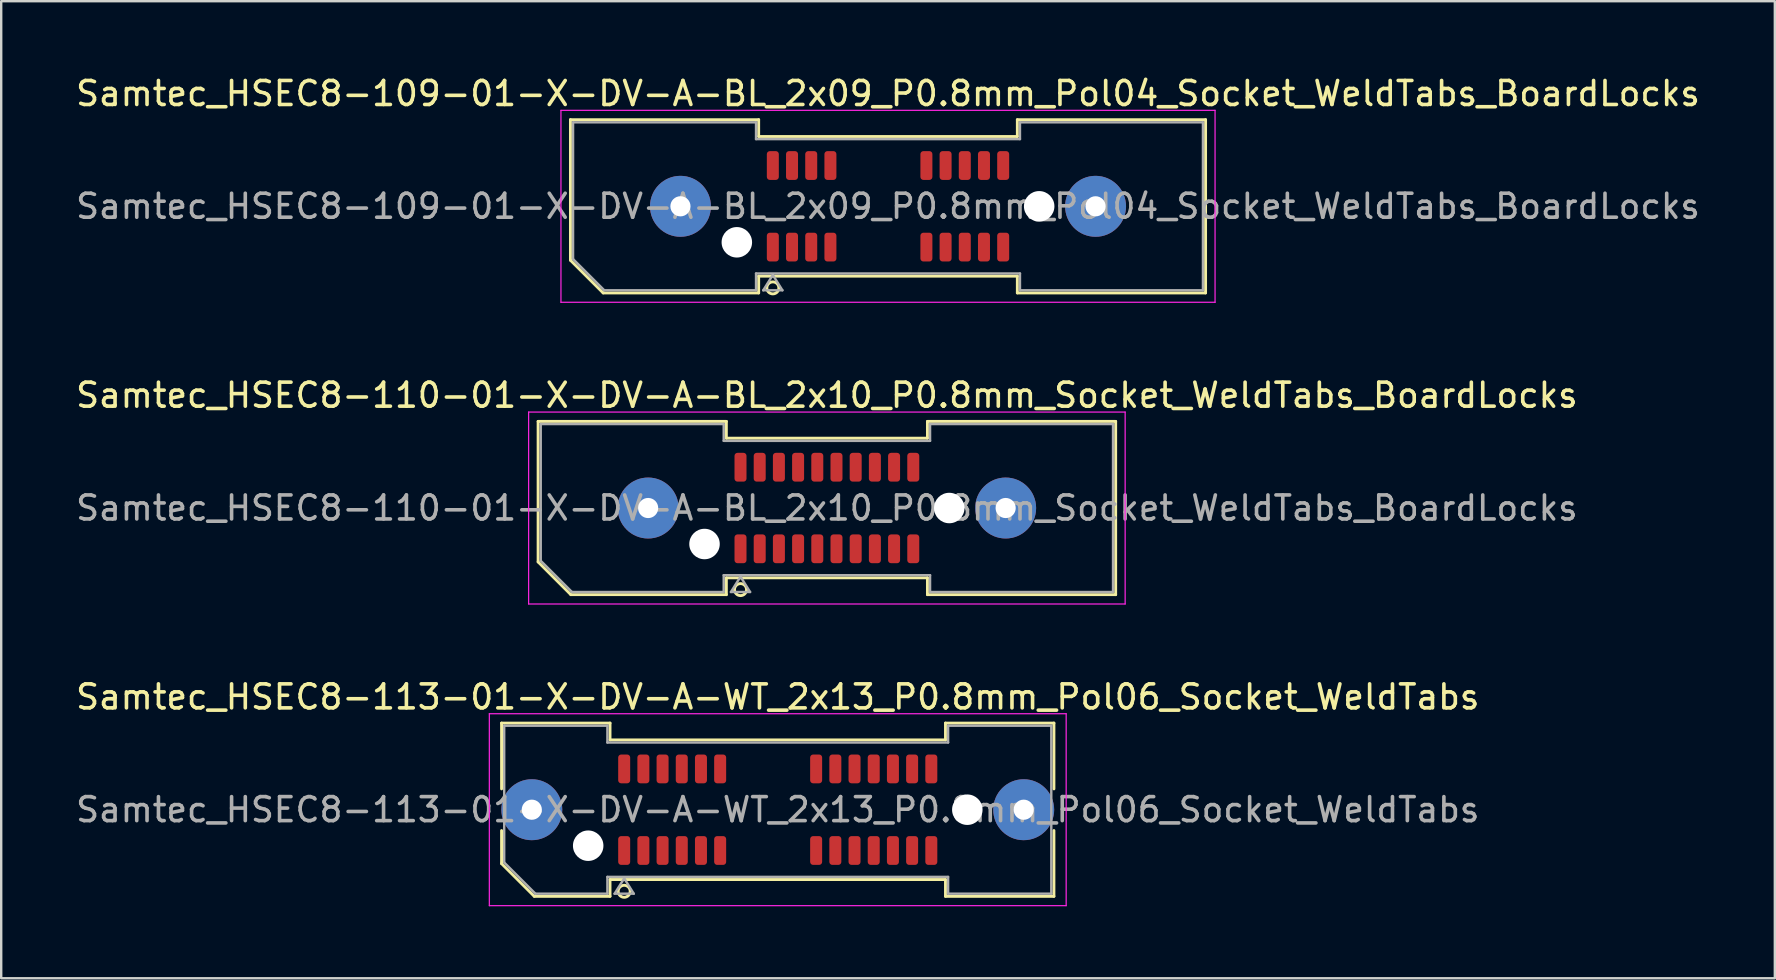
<source format=kicad_pcb>
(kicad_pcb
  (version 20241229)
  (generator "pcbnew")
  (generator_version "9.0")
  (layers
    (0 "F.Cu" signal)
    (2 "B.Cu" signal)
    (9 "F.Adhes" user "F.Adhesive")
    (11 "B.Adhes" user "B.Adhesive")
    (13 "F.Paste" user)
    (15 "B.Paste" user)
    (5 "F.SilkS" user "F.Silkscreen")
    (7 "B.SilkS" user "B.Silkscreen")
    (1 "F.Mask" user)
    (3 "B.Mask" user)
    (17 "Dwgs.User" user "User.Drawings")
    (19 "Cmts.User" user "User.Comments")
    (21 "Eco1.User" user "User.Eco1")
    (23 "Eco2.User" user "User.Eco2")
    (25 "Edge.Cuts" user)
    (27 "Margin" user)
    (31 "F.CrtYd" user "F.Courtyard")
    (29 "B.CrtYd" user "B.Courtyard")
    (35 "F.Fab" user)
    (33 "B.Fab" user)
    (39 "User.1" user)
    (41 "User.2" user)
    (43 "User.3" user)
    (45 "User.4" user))
  (footprint "Samtec_HSEC8-110-01-X-DV-A-BL_2x10_P0.8mm_Socket_WeldTabs_BoardLocks"
    (layer "F.Cu")
    (at 31.411 18.122)
    (property "Reference" "Samtec_HSEC8-110-01-X-DV-A-BL_2x10_P0.8mm_Socket_WeldTabs_BoardLocks" (at 0 -4.7 0) (layer "F.SilkS") (effects (font (size 1 1) (thickness 0.15))))
    (attr smd)
    (fp_line (start -12.035 -3.61) (end -4.19 -3.61) (stroke (width 0.12) (type solid)) (layer "F.SilkS"))
    (fp_line (start -12.035 2.246) (end -12.035 -3.61) (stroke (width 0.12) (type solid)) (layer "F.SilkS"))
    (fp_line (start -10.671 3.61) (end -12.035 2.246) (stroke (width 0.12) (type solid)) (layer "F.SilkS"))
    (fp_line (start -4.19 -3.61) (end -4.19 -2.91) (stroke (width 0.12) (type solid)) (layer "F.SilkS"))
    (fp_line (start -4.19 -2.91) (end 4.19 -2.91) (stroke (width 0.12) (type solid)) (layer "F.SilkS"))
    (fp_line (start -4.19 2.91) (end -4.19 3.61) (stroke (width 0.12) (type solid)) (layer "F.SilkS"))
    (fp_line (start -4.19 3.61) (end -10.671 3.61) (stroke (width 0.12) (type solid)) (layer "F.SilkS"))
    (fp_line (start 4.19 -3.61) (end 12.035 -3.61) (stroke (width 0.12) (type solid)) (layer "F.SilkS"))
    (fp_line (start 4.19 -2.91) (end 4.19 -3.61) (stroke (width 0.12) (type solid)) (layer "F.SilkS"))
    (fp_line (start 4.19 2.91) (end -4.19 2.91) (stroke (width 0.12) (type solid)) (layer "F.SilkS"))
    (fp_line (start 4.19 3.61) (end 4.19 2.91) (stroke (width 0.12) (type solid)) (layer "F.SilkS"))
    (fp_line (start 12.035 -3.61) (end 12.035 3.61) (stroke (width 0.12) (type solid)) (layer "F.SilkS"))
    (fp_line (start 12.035 3.61) (end 4.19 3.61) (stroke (width 0.12) (type solid)) (layer "F.SilkS"))
    (fp_circle (center -3.6 3.4) (end -3.35 3.4) (stroke (width 0.12) (type solid)) (fill no) (layer "F.SilkS"))
    (fp_line (start -12.43 -4) (end -12.43 4) (stroke (width 0.05) (type solid)) (layer "F.CrtYd"))
    (fp_line (start -12.43 4) (end 12.43 4) (stroke (width 0.05) (type solid)) (layer "F.CrtYd"))
    (fp_line (start 12.43 -4) (end -12.43 -4) (stroke (width 0.05) (type solid)) (layer "F.CrtYd"))
    (fp_line (start 12.43 4) (end 12.43 -4) (stroke (width 0.05) (type solid)) (layer "F.CrtYd"))
    (fp_line (start -11.925 -3.5) (end -4.3 -3.5) (stroke (width 0.1) (type solid)) (layer "F.Fab"))
    (fp_line (start -11.925 2.2) (end -11.925 -3.5) (stroke (width 0.1) (type solid)) (layer "F.Fab"))
    (fp_line (start -10.625 3.5) (end -11.925 2.2) (stroke (width 0.1) (type solid)) (layer "F.Fab"))
    (fp_line (start -4.3 -3.5) (end -4.3 -2.8) (stroke (width 0.1) (type solid)) (layer "F.Fab"))
    (fp_line (start -4.3 -2.8) (end 4.3 -2.8) (stroke (width 0.1) (type solid)) (layer "F.Fab"))
    (fp_line (start -4.3 2.8) (end -4.3 3.5) (stroke (width 0.1) (type solid)) (layer "F.Fab"))
    (fp_line (start -4.3 3.5) (end -10.625 3.5) (stroke (width 0.1) (type solid)) (layer "F.Fab"))
    (fp_line (start -4 3.5) (end -3.6 2.86) (stroke (width 0.1) (type solid)) (layer "F.Fab"))
    (fp_line (start -3.6 2.86) (end -3.2 3.5) (stroke (width 0.1) (type solid)) (layer "F.Fab"))
    (fp_line (start -3.2 3.5) (end -4 3.5) (stroke (width 0.1) (type solid)) (layer "F.Fab"))
    (fp_line (start 4.3 -3.5) (end 11.925 -3.5) (stroke (width 0.1) (type solid)) (layer "F.Fab"))
    (fp_line (start 4.3 -2.8) (end 4.3 -3.5) (stroke (width 0.1) (type solid)) (layer "F.Fab"))
    (fp_line (start 4.3 2.8) (end -4.3 2.8) (stroke (width 0.1) (type solid)) (layer "F.Fab"))
    (fp_line (start 4.3 3.5) (end 4.3 2.8) (stroke (width 0.1) (type solid)) (layer "F.Fab"))
    (fp_line (start 11.925 -3.5) (end 11.925 3.5) (stroke (width 0.1) (type solid)) (layer "F.Fab"))
    (fp_line (start 11.925 3.5) (end 4.3 3.5) (stroke (width 0.1) (type solid)) (layer "F.Fab"))
    (fp_text user "${REFERENCE}" (at 0 0 0) (layer "F.Fab") (effects (font (size 1 1) (thickness 0.15))))
    (pad "" thru_hole circle (at -7.45 0) (size 2.54 2.54) (drill 0.84) (layers "*.Cu" "*.Mask" "F.Paste"))
    (pad "" np_thru_hole circle (at -5.1 1.5) (size 1.27 1.27) (drill 1.27) (layers "*.Cu" "*.Mask"))
    (pad "" np_thru_hole circle (at 5.1 0) (size 1.27 1.27) (drill 1.27) (layers "*.Cu" "*.Mask"))
    (pad "" thru_hole circle (at 7.45 0) (size 2.54 2.54) (drill 0.84) (layers "*.Cu" "*.Mask" "F.Paste"))
    (pad "1" smd roundrect (at -3.6 1.7) (size 0.5 1.2) (layers "F.Cu" "F.Mask" "F.Paste") (roundrect_rratio 0.25))
    (pad "2" smd roundrect (at -3.6 -1.7) (size 0.5 1.2) (layers "F.Cu" "F.Mask" "F.Paste") (roundrect_rratio 0.25))
    (pad "3" smd roundrect (at -2.8 1.7) (size 0.5 1.2) (layers "F.Cu" "F.Mask" "F.Paste") (roundrect_rratio 0.25))
    (pad "4" smd roundrect (at -2.8 -1.7) (size 0.5 1.2) (layers "F.Cu" "F.Mask" "F.Paste") (roundrect_rratio 0.25))
    (pad "5" smd roundrect (at -2 1.7) (size 0.5 1.2) (layers "F.Cu" "F.Mask" "F.Paste") (roundrect_rratio 0.25))
    (pad "6" smd roundrect (at -2 -1.7) (size 0.5 1.2) (layers "F.Cu" "F.Mask" "F.Paste") (roundrect_rratio 0.25))
    (pad "7" smd roundrect (at -1.2 1.7) (size 0.5 1.2) (layers "F.Cu" "F.Mask" "F.Paste") (roundrect_rratio 0.25))
    (pad "8" smd roundrect (at -1.2 -1.7) (size 0.5 1.2) (layers "F.Cu" "F.Mask" "F.Paste") (roundrect_rratio 0.25))
    (pad "9" smd roundrect (at -0.4 1.7) (size 0.5 1.2) (layers "F.Cu" "F.Mask" "F.Paste") (roundrect_rratio 0.25))
    (pad "10" smd roundrect (at -0.4 -1.7) (size 0.5 1.2) (layers "F.Cu" "F.Mask" "F.Paste") (roundrect_rratio 0.25))
    (pad "11" smd roundrect (at 0.4 1.7) (size 0.5 1.2) (layers "F.Cu" "F.Mask" "F.Paste") (roundrect_rratio 0.25))
    (pad "12" smd roundrect (at 0.4 -1.7) (size 0.5 1.2) (layers "F.Cu" "F.Mask" "F.Paste") (roundrect_rratio 0.25))
    (pad "13" smd roundrect (at 1.2 1.7) (size 0.5 1.2) (layers "F.Cu" "F.Mask" "F.Paste") (roundrect_rratio 0.25))
    (pad "14" smd roundrect (at 1.2 -1.7) (size 0.5 1.2) (layers "F.Cu" "F.Mask" "F.Paste") (roundrect_rratio 0.25))
    (pad "15" smd roundrect (at 2 1.7) (size 0.5 1.2) (layers "F.Cu" "F.Mask" "F.Paste") (roundrect_rratio 0.25))
    (pad "16" smd roundrect (at 2 -1.7) (size 0.5 1.2) (layers "F.Cu" "F.Mask" "F.Paste") (roundrect_rratio 0.25))
    (pad "17" smd roundrect (at 2.8 1.7) (size 0.5 1.2) (layers "F.Cu" "F.Mask" "F.Paste") (roundrect_rratio 0.25))
    (pad "18" smd roundrect (at 2.8 -1.7) (size 0.5 1.2) (layers "F.Cu" "F.Mask" "F.Paste") (roundrect_rratio 0.25))
    (pad "19" smd roundrect (at 3.6 1.7) (size 0.5 1.2) (layers "F.Cu" "F.Mask" "F.Paste") (roundrect_rratio 0.25))
    (pad "20" smd roundrect (at 3.6 -1.7) (size 0.5 1.2) (layers "F.Cu" "F.Mask" "F.Paste") (roundrect_rratio 0.25)))
  (footprint "Samtec_HSEC8-109-01-X-DV-A-BL_2x09_P0.8mm_Pol04_Socket_WeldTabs_BoardLocks"
    (layer "F.Cu")
    (at 33.958 5.548)
    (property "Reference" "Samtec_HSEC8-109-01-X-DV-A-BL_2x09_P0.8mm_Pol04_Socket_WeldTabs_BoardLocks" (at 0 -4.7 0) (layer "F.SilkS") (effects (font (size 1 1) (thickness 0.15))))
    (attr smd)
    (fp_line (start -13.235 -3.61) (end -5.39 -3.61) (stroke (width 0.12) (type solid)) (layer "F.SilkS"))
    (fp_line (start -13.235 2.246) (end -13.235 -3.61) (stroke (width 0.12) (type solid)) (layer "F.SilkS"))
    (fp_line (start -11.871 3.61) (end -13.235 2.246) (stroke (width 0.12) (type solid)) (layer "F.SilkS"))
    (fp_line (start -5.39 -3.61) (end -5.39 -2.91) (stroke (width 0.12) (type solid)) (layer "F.SilkS"))
    (fp_line (start -5.39 -2.91) (end 5.39 -2.91) (stroke (width 0.12) (type solid)) (layer "F.SilkS"))
    (fp_line (start -5.39 2.91) (end -5.39 3.61) (stroke (width 0.12) (type solid)) (layer "F.SilkS"))
    (fp_line (start -5.39 3.61) (end -11.871 3.61) (stroke (width 0.12) (type solid)) (layer "F.SilkS"))
    (fp_line (start 5.39 -3.61) (end 13.235 -3.61) (stroke (width 0.12) (type solid)) (layer "F.SilkS"))
    (fp_line (start 5.39 -2.91) (end 5.39 -3.61) (stroke (width 0.12) (type solid)) (layer "F.SilkS"))
    (fp_line (start 5.39 2.91) (end -5.39 2.91) (stroke (width 0.12) (type solid)) (layer "F.SilkS"))
    (fp_line (start 5.39 3.61) (end 5.39 2.91) (stroke (width 0.12) (type solid)) (layer "F.SilkS"))
    (fp_line (start 13.235 -3.61) (end 13.235 3.61) (stroke (width 0.12) (type solid)) (layer "F.SilkS"))
    (fp_line (start 13.235 3.61) (end 5.39 3.61) (stroke (width 0.12) (type solid)) (layer "F.SilkS"))
    (fp_circle (center -4.8 3.4) (end -4.55 3.4) (stroke (width 0.12) (type solid)) (fill no) (layer "F.SilkS"))
    (fp_line (start -13.63 -4) (end -13.63 4) (stroke (width 0.05) (type solid)) (layer "F.CrtYd"))
    (fp_line (start -13.63 4) (end 13.63 4) (stroke (width 0.05) (type solid)) (layer "F.CrtYd"))
    (fp_line (start 13.63 -4) (end -13.63 -4) (stroke (width 0.05) (type solid)) (layer "F.CrtYd"))
    (fp_line (start 13.63 4) (end 13.63 -4) (stroke (width 0.05) (type solid)) (layer "F.CrtYd"))
    (fp_line (start -13.125 -3.5) (end -5.5 -3.5) (stroke (width 0.1) (type solid)) (layer "F.Fab"))
    (fp_line (start -13.125 2.2) (end -13.125 -3.5) (stroke (width 0.1) (type solid)) (layer "F.Fab"))
    (fp_line (start -11.825 3.5) (end -13.125 2.2) (stroke (width 0.1) (type solid)) (layer "F.Fab"))
    (fp_line (start -5.5 -3.5) (end -5.5 -2.8) (stroke (width 0.1) (type solid)) (layer "F.Fab"))
    (fp_line (start -5.5 -2.8) (end 5.5 -2.8) (stroke (width 0.1) (type solid)) (layer "F.Fab"))
    (fp_line (start -5.5 2.8) (end -5.5 3.5) (stroke (width 0.1) (type solid)) (layer "F.Fab"))
    (fp_line (start -5.5 3.5) (end -11.825 3.5) (stroke (width 0.1) (type solid)) (layer "F.Fab"))
    (fp_line (start -5.2 3.5) (end -4.8 2.86) (stroke (width 0.1) (type solid)) (layer "F.Fab"))
    (fp_line (start -4.8 2.86) (end -4.4 3.5) (stroke (width 0.1) (type solid)) (layer "F.Fab"))
    (fp_line (start -4.4 3.5) (end -5.2 3.5) (stroke (width 0.1) (type solid)) (layer "F.Fab"))
    (fp_line (start 5.5 -3.5) (end 13.125 -3.5) (stroke (width 0.1) (type solid)) (layer "F.Fab"))
    (fp_line (start 5.5 -2.8) (end 5.5 -3.5) (stroke (width 0.1) (type solid)) (layer "F.Fab"))
    (fp_line (start 5.5 2.8) (end -5.5 2.8) (stroke (width 0.1) (type solid)) (layer "F.Fab"))
    (fp_line (start 5.5 3.5) (end 5.5 2.8) (stroke (width 0.1) (type solid)) (layer "F.Fab"))
    (fp_line (start 13.125 -3.5) (end 13.125 3.5) (stroke (width 0.1) (type solid)) (layer "F.Fab"))
    (fp_line (start 13.125 3.5) (end 5.5 3.5) (stroke (width 0.1) (type solid)) (layer "F.Fab"))
    (fp_text user "${REFERENCE}" (at 0 0 0) (layer "F.Fab") (effects (font (size 1 1) (thickness 0.15))))
    (pad "" thru_hole circle (at -8.65 0) (size 2.54 2.54) (drill 0.84) (layers "*.Cu" "*.Mask" "F.Paste"))
    (pad "" np_thru_hole circle (at -6.3 1.5) (size 1.27 1.27) (drill 1.27) (layers "*.Cu" "*.Mask"))
    (pad "" np_thru_hole circle (at 6.3 0) (size 1.27 1.27) (drill 1.27) (layers "*.Cu" "*.Mask"))
    (pad "" thru_hole circle (at 8.65 0) (size 2.54 2.54) (drill 0.84) (layers "*.Cu" "*.Mask" "F.Paste"))
    (pad "1" smd roundrect (at -4.8 1.7) (size 0.5 1.2) (layers "F.Cu" "F.Mask" "F.Paste") (roundrect_rratio 0.25))
    (pad "2" smd roundrect (at -4.8 -1.7) (size 0.5 1.2) (layers "F.Cu" "F.Mask" "F.Paste") (roundrect_rratio 0.25))
    (pad "3" smd roundrect (at -4 1.7) (size 0.5 1.2) (layers "F.Cu" "F.Mask" "F.Paste") (roundrect_rratio 0.25))
    (pad "4" smd roundrect (at -4 -1.7) (size 0.5 1.2) (layers "F.Cu" "F.Mask" "F.Paste") (roundrect_rratio 0.25))
    (pad "5" smd roundrect (at -3.2 1.7) (size 0.5 1.2) (layers "F.Cu" "F.Mask" "F.Paste") (roundrect_rratio 0.25))
    (pad "6" smd roundrect (at -3.2 -1.7) (size 0.5 1.2) (layers "F.Cu" "F.Mask" "F.Paste") (roundrect_rratio 0.25))
    (pad "7" smd roundrect (at -2.4 1.7) (size 0.5 1.2) (layers "F.Cu" "F.Mask" "F.Paste") (roundrect_rratio 0.25))
    (pad "8" smd roundrect (at -2.4 -1.7) (size 0.5 1.2) (layers "F.Cu" "F.Mask" "F.Paste") (roundrect_rratio 0.25))
    (pad "9" smd roundrect (at 1.6 1.7) (size 0.5 1.2) (layers "F.Cu" "F.Mask" "F.Paste") (roundrect_rratio 0.25))
    (pad "10" smd roundrect (at 1.6 -1.7) (size 0.5 1.2) (layers "F.Cu" "F.Mask" "F.Paste") (roundrect_rratio 0.25))
    (pad "11" smd roundrect (at 2.4 1.7) (size 0.5 1.2) (layers "F.Cu" "F.Mask" "F.Paste") (roundrect_rratio 0.25))
    (pad "12" smd roundrect (at 2.4 -1.7) (size 0.5 1.2) (layers "F.Cu" "F.Mask" "F.Paste") (roundrect_rratio 0.25))
    (pad "13" smd roundrect (at 3.2 1.7) (size 0.5 1.2) (layers "F.Cu" "F.Mask" "F.Paste") (roundrect_rratio 0.25))
    (pad "14" smd roundrect (at 3.2 -1.7) (size 0.5 1.2) (layers "F.Cu" "F.Mask" "F.Paste") (roundrect_rratio 0.25))
    (pad "15" smd roundrect (at 4 1.7) (size 0.5 1.2) (layers "F.Cu" "F.Mask" "F.Paste") (roundrect_rratio 0.25))
    (pad "16" smd roundrect (at 4 -1.7) (size 0.5 1.2) (layers "F.Cu" "F.Mask" "F.Paste") (roundrect_rratio 0.25))
    (pad "17" smd roundrect (at 4.8 1.7) (size 0.5 1.2) (layers "F.Cu" "F.Mask" "F.Paste") (roundrect_rratio 0.25))
    (pad "18" smd roundrect (at 4.8 -1.7) (size 0.5 1.2) (layers "F.Cu" "F.Mask" "F.Paste") (roundrect_rratio 0.25)))
  (footprint "Samtec_HSEC8-113-01-X-DV-A-WT_2x13_P0.8mm_Pol06_Socket_WeldTabs"
    (layer "F.Cu")
    (at 29.363 30.695)
    (property "Reference" "Samtec_HSEC8-113-01-X-DV-A-WT_2x13_P0.8mm_Pol06_Socket_WeldTabs" (at 0 -4.7 0) (layer "F.SilkS") (effects (font (size 1 1) (thickness 0.15))))
    (attr smd)
    (fp_line (start -11.51 -3.61) (end -6.99 -3.61) (stroke (width 0.12) (type solid)) (layer "F.SilkS"))
    (fp_line (start -11.51 -0.868) (end -11.51 -3.61) (stroke (width 0.12) (type solid)) (layer "F.SilkS"))
    (fp_line (start -11.51 2.246) (end -11.51 0.868) (stroke (width 0.12) (type solid)) (layer "F.SilkS"))
    (fp_line (start -10.146 3.61) (end -11.51 2.246) (stroke (width 0.12) (type solid)) (layer "F.SilkS"))
    (fp_line (start -6.99 -3.61) (end -6.99 -2.91) (stroke (width 0.12) (type solid)) (layer "F.SilkS"))
    (fp_line (start -6.99 -2.91) (end 6.99 -2.91) (stroke (width 0.12) (type solid)) (layer "F.SilkS"))
    (fp_line (start -6.99 2.91) (end -6.99 3.61) (stroke (width 0.12) (type solid)) (layer "F.SilkS"))
    (fp_line (start -6.99 3.61) (end -10.146 3.61) (stroke (width 0.12) (type solid)) (layer "F.SilkS"))
    (fp_line (start 6.99 -3.61) (end 11.51 -3.61) (stroke (width 0.12) (type solid)) (layer "F.SilkS"))
    (fp_line (start 6.99 -2.91) (end 6.99 -3.61) (stroke (width 0.12) (type solid)) (layer "F.SilkS"))
    (fp_line (start 6.99 2.91) (end -6.99 2.91) (stroke (width 0.12) (type solid)) (layer "F.SilkS"))
    (fp_line (start 6.99 3.61) (end 6.99 2.91) (stroke (width 0.12) (type solid)) (layer "F.SilkS"))
    (fp_line (start 11.51 -3.61) (end 11.51 -0.868) (stroke (width 0.12) (type solid)) (layer "F.SilkS"))
    (fp_line (start 11.51 0.868) (end 11.51 3.61) (stroke (width 0.12) (type solid)) (layer "F.SilkS"))
    (fp_line (start 11.51 3.61) (end 6.99 3.61) (stroke (width 0.12) (type solid)) (layer "F.SilkS"))
    (fp_arc (start -6.15 3.4) (mid -6.65 3.4) (end -6.15 3.4) (stroke (width 0.12) (type solid)) (layer "F.SilkS"))
    (fp_line (start -12.02 -4) (end -12.02 4) (stroke (width 0.05) (type solid)) (layer "F.CrtYd"))
    (fp_line (start -12.02 4) (end 12.02 4) (stroke (width 0.05) (type solid)) (layer "F.CrtYd"))
    (fp_line (start 12.02 -4) (end -12.02 -4) (stroke (width 0.05) (type solid)) (layer "F.CrtYd"))
    (fp_line (start 12.02 4) (end 12.02 -4) (stroke (width 0.05) (type solid)) (layer "F.CrtYd"))
    (fp_line (start -11.4 -3.5) (end -7.1 -3.5) (stroke (width 0.1) (type solid)) (layer "F.Fab"))
    (fp_line (start -11.4 2.2) (end -11.4 -3.5) (stroke (width 0.1) (type solid)) (layer "F.Fab"))
    (fp_line (start -10.1 3.5) (end -11.4 2.2) (stroke (width 0.1) (type solid)) (layer "F.Fab"))
    (fp_line (start -7.1 -3.5) (end -7.1 -2.8) (stroke (width 0.1) (type solid)) (layer "F.Fab"))
    (fp_line (start -7.1 -2.8) (end 7.1 -2.8) (stroke (width 0.1) (type solid)) (layer "F.Fab"))
    (fp_line (start -7.1 2.8) (end -7.1 3.5) (stroke (width 0.1) (type solid)) (layer "F.Fab"))
    (fp_line (start -7.1 3.5) (end -10.1 3.5) (stroke (width 0.1) (type solid)) (layer "F.Fab"))
    (fp_line (start -6.8 3.5) (end -6.4 2.86) (stroke (width 0.1) (type solid)) (layer "F.Fab"))
    (fp_line (start -6.4 2.86) (end -6 3.5) (stroke (width 0.1) (type solid)) (layer "F.Fab"))
    (fp_line (start -6 3.5) (end -6.8 3.5) (stroke (width 0.1) (type solid)) (layer "F.Fab"))
    (fp_line (start 7.1 -3.5) (end 11.4 -3.5) (stroke (width 0.1) (type solid)) (layer "F.Fab"))
    (fp_line (start 7.1 -2.8) (end 7.1 -3.5) (stroke (width 0.1) (type solid)) (layer "F.Fab"))
    (fp_line (start 7.1 2.8) (end -7.1 2.8) (stroke (width 0.1) (type solid)) (layer "F.Fab"))
    (fp_line (start 7.1 3.5) (end 7.1 2.8) (stroke (width 0.1) (type solid)) (layer "F.Fab"))
    (fp_line (start 11.4 -3.5) (end 11.4 3.5) (stroke (width 0.1) (type solid)) (layer "F.Fab"))
    (fp_line (start 11.4 3.5) (end 7.1 3.5) (stroke (width 0.1) (type solid)) (layer "F.Fab"))
    (fp_text user "${REFERENCE}" (at 0 0 0) (layer "F.Fab") (effects (font (size 1 1) (thickness 0.15))))
    (pad "" thru_hole circle (at -10.25 0) (size 2.54 2.54) (drill 0.84) (layers "*.Cu" "*.Mask" "F.Paste"))
    (pad "" np_thru_hole circle (at -7.9 1.5) (size 1.27 1.27) (drill 1.27) (layers "*.Cu" "*.Mask"))
    (pad "" np_thru_hole circle (at 7.9 0) (size 1.27 1.27) (drill 1.27) (layers "*.Cu" "*.Mask"))
    (pad "" thru_hole circle (at 10.25 0) (size 2.54 2.54) (drill 0.84) (layers "*.Cu" "*.Mask" "F.Paste"))
    (pad "1" smd roundrect (at -6.4 1.7) (size 0.5 1.2) (layers "F.Cu" "F.Mask" "F.Paste") (roundrect_rratio 0.25))
    (pad "2" smd roundrect (at -6.4 -1.7) (size 0.5 1.2) (layers "F.Cu" "F.Mask" "F.Paste") (roundrect_rratio 0.25))
    (pad "3" smd roundrect (at -5.6 1.7) (size 0.5 1.2) (layers "F.Cu" "F.Mask" "F.Paste") (roundrect_rratio 0.25))
    (pad "4" smd roundrect (at -5.6 -1.7) (size 0.5 1.2) (layers "F.Cu" "F.Mask" "F.Paste") (roundrect_rratio 0.25))
    (pad "5" smd roundrect (at -4.8 1.7) (size 0.5 1.2) (layers "F.Cu" "F.Mask" "F.Paste") (roundrect_rratio 0.25))
    (pad "6" smd roundrect (at -4.8 -1.7) (size 0.5 1.2) (layers "F.Cu" "F.Mask" "F.Paste") (roundrect_rratio 0.25))
    (pad "7" smd roundrect (at -4 1.7) (size 0.5 1.2) (layers "F.Cu" "F.Mask" "F.Paste") (roundrect_rratio 0.25))
    (pad "8" smd roundrect (at -4 -1.7) (size 0.5 1.2) (layers "F.Cu" "F.Mask" "F.Paste") (roundrect_rratio 0.25))
    (pad "9" smd roundrect (at -3.2 1.7) (size 0.5 1.2) (layers "F.Cu" "F.Mask" "F.Paste") (roundrect_rratio 0.25))
    (pad "10" smd roundrect (at -3.2 -1.7) (size 0.5 1.2) (layers "F.Cu" "F.Mask" "F.Paste") (roundrect_rratio 0.25))
    (pad "11" smd roundrect (at -2.4 1.7) (size 0.5 1.2) (layers "F.Cu" "F.Mask" "F.Paste") (roundrect_rratio 0.25))
    (pad "12" smd roundrect (at -2.4 -1.7) (size 0.5 1.2) (layers "F.Cu" "F.Mask" "F.Paste") (roundrect_rratio 0.25))
    (pad "13" smd roundrect (at 1.6 1.7) (size 0.5 1.2) (layers "F.Cu" "F.Mask" "F.Paste") (roundrect_rratio 0.25))
    (pad "14" smd roundrect (at 1.6 -1.7) (size 0.5 1.2) (layers "F.Cu" "F.Mask" "F.Paste") (roundrect_rratio 0.25))
    (pad "15" smd roundrect (at 2.4 1.7) (size 0.5 1.2) (layers "F.Cu" "F.Mask" "F.Paste") (roundrect_rratio 0.25))
    (pad "16" smd roundrect (at 2.4 -1.7) (size 0.5 1.2) (layers "F.Cu" "F.Mask" "F.Paste") (roundrect_rratio 0.25))
    (pad "17" smd roundrect (at 3.2 1.7) (size 0.5 1.2) (layers "F.Cu" "F.Mask" "F.Paste") (roundrect_rratio 0.25))
    (pad "18" smd roundrect (at 3.2 -1.7) (size 0.5 1.2) (layers "F.Cu" "F.Mask" "F.Paste") (roundrect_rratio 0.25))
    (pad "19" smd roundrect (at 4 1.7) (size 0.5 1.2) (layers "F.Cu" "F.Mask" "F.Paste") (roundrect_rratio 0.25))
    (pad "20" smd roundrect (at 4 -1.7) (size 0.5 1.2) (layers "F.Cu" "F.Mask" "F.Paste") (roundrect_rratio 0.25))
    (pad "21" smd roundrect (at 4.8 1.7) (size 0.5 1.2) (layers "F.Cu" "F.Mask" "F.Paste") (roundrect_rratio 0.25))
    (pad "22" smd roundrect (at 4.8 -1.7) (size 0.5 1.2) (layers "F.Cu" "F.Mask" "F.Paste") (roundrect_rratio 0.25))
    (pad "23" smd roundrect (at 5.6 1.7) (size 0.5 1.2) (layers "F.Cu" "F.Mask" "F.Paste") (roundrect_rratio 0.25))
    (pad "24" smd roundrect (at 5.6 -1.7) (size 0.5 1.2) (layers "F.Cu" "F.Mask" "F.Paste") (roundrect_rratio 0.25))
    (pad "25" smd roundrect (at 6.4 1.7) (size 0.5 1.2) (layers "F.Cu" "F.Mask" "F.Paste") (roundrect_rratio 0.25))
    (pad "26" smd roundrect (at 6.4 -1.7) (size 0.5 1.2) (layers "F.Cu" "F.Mask" "F.Paste") (roundrect_rratio 0.25)))
  (gr_rect
    (start -3 -3)
    (end 70.917 37.72)
    (stroke (width 0.1) (type default))
    (fill no)
    (layer "Edge.Cuts")))
</source>
